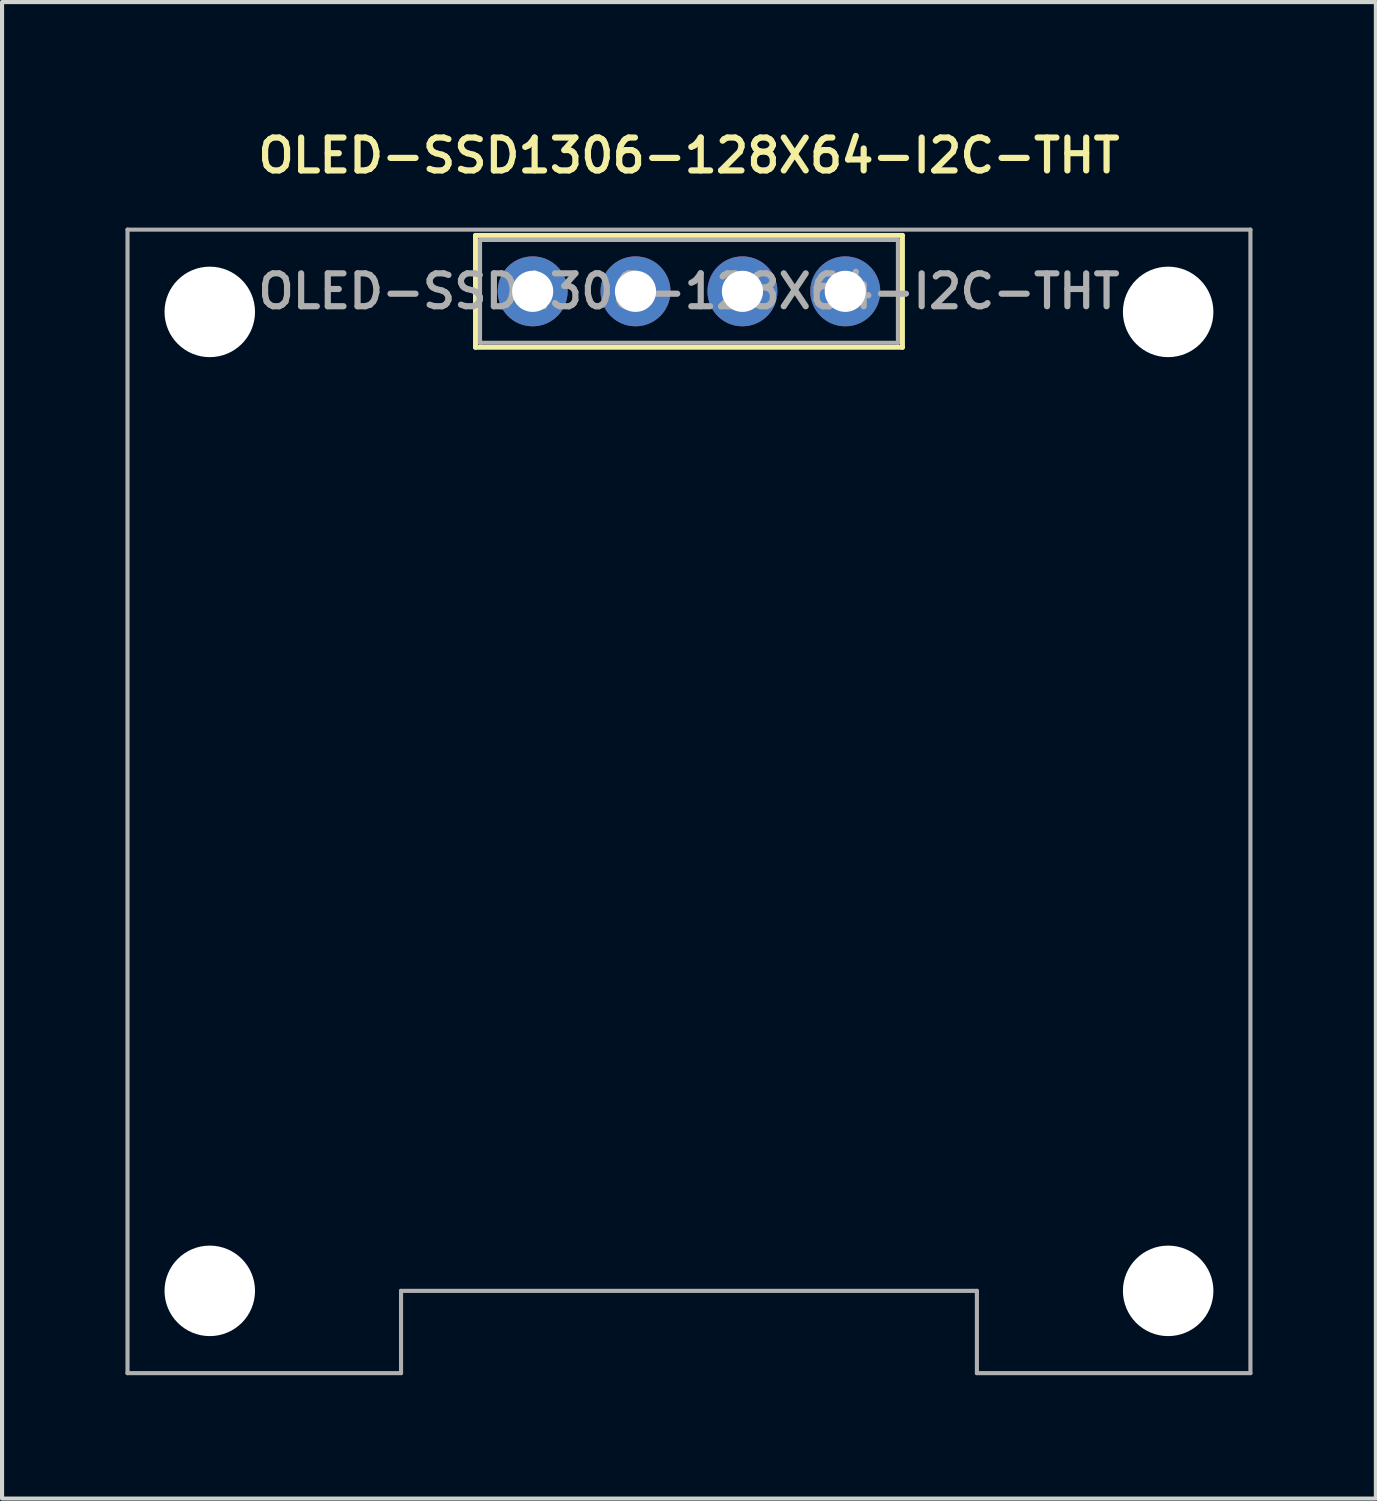
<source format=kicad_pcb>
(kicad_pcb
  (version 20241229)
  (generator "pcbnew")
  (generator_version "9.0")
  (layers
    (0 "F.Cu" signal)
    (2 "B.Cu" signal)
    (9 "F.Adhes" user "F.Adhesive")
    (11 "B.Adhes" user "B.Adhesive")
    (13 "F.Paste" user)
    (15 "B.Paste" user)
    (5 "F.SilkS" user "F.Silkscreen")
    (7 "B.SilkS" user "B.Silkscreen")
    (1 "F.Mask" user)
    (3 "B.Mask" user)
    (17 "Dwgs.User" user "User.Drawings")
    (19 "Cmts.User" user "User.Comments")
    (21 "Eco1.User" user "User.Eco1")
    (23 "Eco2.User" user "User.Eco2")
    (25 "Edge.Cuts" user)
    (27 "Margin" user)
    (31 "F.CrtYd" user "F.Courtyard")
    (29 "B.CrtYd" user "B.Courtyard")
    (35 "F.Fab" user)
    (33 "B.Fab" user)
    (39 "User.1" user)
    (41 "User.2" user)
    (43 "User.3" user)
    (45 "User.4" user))
  (footprint "OLED-SSD1306-128X64-I2C-THT"
    (layer "F.Cu")
    (at 13.7 4.033)
    (property "Reference" "OLED-SSD1306-128X64-I2C-THT" (at 0 -3.302 0) (layer "F.SilkS") (effects (font (size 0.8 0.8) (thickness 0.15))))
    (attr smd)
    (fp_line (start -5.19 1.36) (end -5.19 -1.36) (stroke (width 0.12) (type solid)) (layer "F.SilkS"))
    (fp_line (start -5.19 1.36) (end 5.19 1.36) (stroke (width 0.12) (type solid)) (layer "F.SilkS"))
    (fp_line (start 5.19 -1.36) (end -5.19 -1.36) (stroke (width 0.12) (type solid)) (layer "F.SilkS"))
    (fp_line (start 5.19 1.36) (end 5.19 -1.36) (stroke (width 0.12) (type solid)) (layer "F.SilkS"))
    (fp_line (start -13.65 -1.5) (end -13.65 26.3) (stroke (width 0.1) (type solid)) (layer "F.Fab"))
    (fp_line (start -13.65 -1.5) (end 13.65 -1.5) (stroke (width 0.1) (type solid)) (layer "F.Fab"))
    (fp_line (start -13.65 26.3) (end -7 26.3) (stroke (width 0.1) (type solid)) (layer "F.Fab"))
    (fp_line (start -7 24.3) (end -7 26.3) (stroke (width 0.1) (type solid)) (layer "F.Fab"))
    (fp_line (start -5.08 1.25) (end -5.08 -1.25) (stroke (width 0.1) (type solid)) (layer "F.Fab"))
    (fp_line (start 5.08 -1.25) (end -5.08 -1.25) (stroke (width 0.1) (type solid)) (layer "F.Fab"))
    (fp_line (start 5.08 1.25) (end -5.08 1.25) (stroke (width 0.1) (type solid)) (layer "F.Fab"))
    (fp_line (start 5.08 1.25) (end 5.08 -1.25) (stroke (width 0.1) (type solid)) (layer "F.Fab"))
    (fp_line (start 7 24.3) (end -7 24.3) (stroke (width 0.1) (type solid)) (layer "F.Fab"))
    (fp_line (start 7 24.3) (end 7 26.3) (stroke (width 0.1) (type solid)) (layer "F.Fab"))
    (fp_line (start 7 26.3) (end 13.65 26.3) (stroke (width 0.1) (type solid)) (layer "F.Fab"))
    (fp_line (start 13.65 -1.5) (end 13.65 26.3) (stroke (width 0.1) (type solid)) (layer "F.Fab"))
    (fp_text user "${REFERENCE}" (at 0 0 0) (layer "F.Fab") (effects (font (size 0.8 0.8) (thickness 0.15))))
    (pad "" np_thru_hole circle (at -11.65 0.5) (size 2.2 2.2) (drill 2.2) (layers "*.Cu" "*.Mask"))
    (pad "" np_thru_hole circle (at -11.65 24.3) (size 2.2 2.2) (drill 2.2) (layers "*.Cu" "*.Mask"))
    (pad "" np_thru_hole circle (at 11.65 0.5) (size 2.2 2.2) (drill 2.2) (layers "*.Cu" "*.Mask"))
    (pad "" np_thru_hole circle (at 11.65 24.3) (size 2.2 2.2) (drill 2.2) (layers "*.Cu" "*.Mask"))
    (pad "1" thru_hole circle (at 3.8 0) (size 1.7 1.7) (drill 1) (layers "*.Cu" "*.Mask"))
    (pad "2" thru_hole circle (at 1.3 0) (size 1.7 1.7) (drill 1) (layers "*.Cu" "*.Mask"))
    (pad "3" thru_hole circle (at -1.3 0) (size 1.7 1.7) (drill 1) (layers "*.Cu" "*.Mask"))
    (pad "4" thru_hole circle (at -3.8 0) (size 1.7 1.7) (drill 1) (layers "*.Cu" "*.Mask")))
  (gr_rect
    (start -3 -3)
    (end 30.4 33.383)
    (stroke (width 0.1) (type default))
    (fill no)
    (layer "Edge.Cuts")))
</source>
